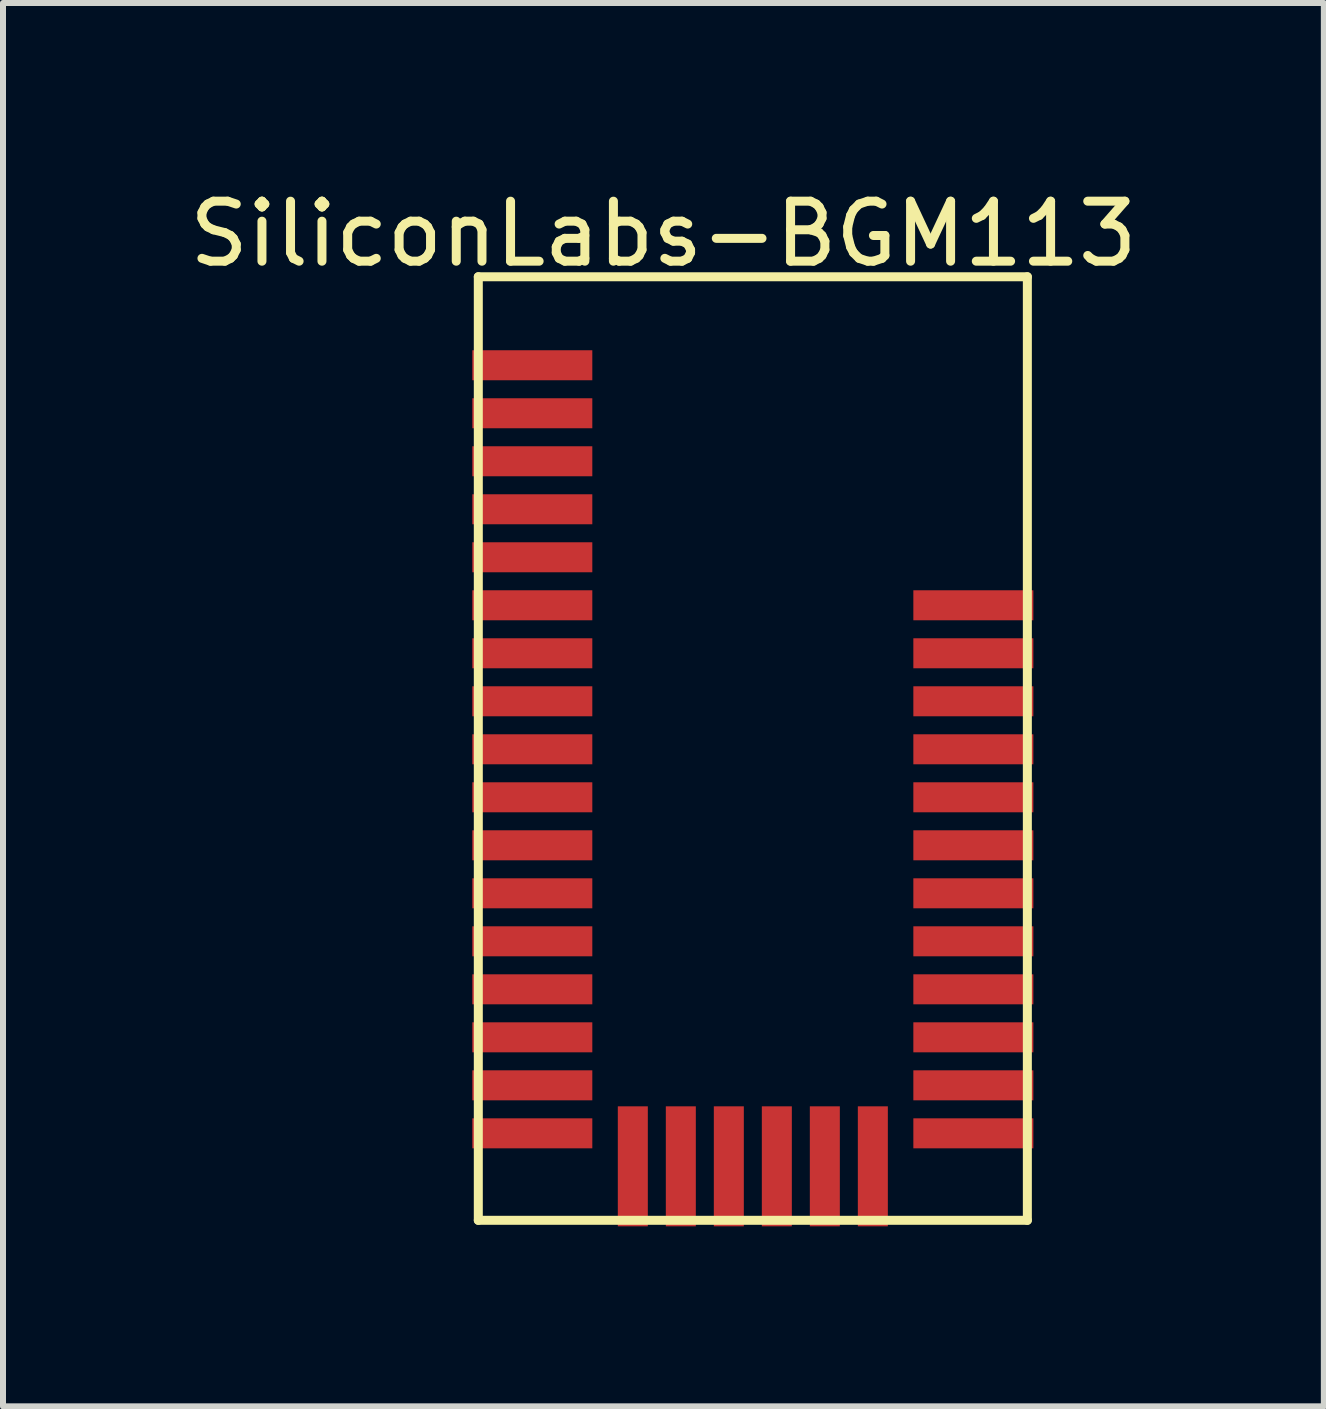
<source format=kicad_pcb>
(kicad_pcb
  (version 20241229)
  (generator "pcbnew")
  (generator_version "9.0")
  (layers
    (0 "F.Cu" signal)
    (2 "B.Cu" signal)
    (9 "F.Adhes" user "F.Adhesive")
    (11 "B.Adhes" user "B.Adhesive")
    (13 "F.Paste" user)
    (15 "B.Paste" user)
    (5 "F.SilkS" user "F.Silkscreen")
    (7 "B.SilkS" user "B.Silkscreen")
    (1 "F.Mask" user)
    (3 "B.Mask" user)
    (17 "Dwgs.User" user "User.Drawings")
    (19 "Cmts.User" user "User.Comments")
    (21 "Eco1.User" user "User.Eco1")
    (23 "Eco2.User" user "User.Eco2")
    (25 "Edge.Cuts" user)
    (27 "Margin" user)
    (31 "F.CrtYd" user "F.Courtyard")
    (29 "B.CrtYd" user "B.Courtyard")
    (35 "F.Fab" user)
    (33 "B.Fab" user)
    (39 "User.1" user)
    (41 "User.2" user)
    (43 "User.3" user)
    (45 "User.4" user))
  (footprint "SiliconLabs-BGM113"
    (layer "F.Cu")
    (at 5.821 3.037)
    (property "Reference" "SiliconLabs-BGM113" (at 2.185 -2.189 0) (layer "F.SilkS") (effects (font (size 1 1) (thickness 0.15))))
    (attr through_hole)
    (fp_line (start -0.9 -1.475) (end -0.9 14.25) (stroke (width 0.15) (type solid)) (layer "F.SilkS"))
    (fp_line (start -0.9 -1.475) (end 8.25 -1.475) (stroke (width 0.15) (type solid)) (layer "F.SilkS"))
    (fp_line (start -0.9 14.25) (end 8.25 14.25) (stroke (width 0.15) (type solid)) (layer "F.SilkS"))
    (fp_line (start 8.25 -1.475) (end 8.25 14.25) (stroke (width 0.15) (type solid)) (layer "F.SilkS"))
    (pad "1" smd rect (at 0 0) (size 2 0.5) (layers "F.Cu" "F.Mask" "F.Paste"))
    (pad "2" smd rect (at 0 0.8) (size 2 0.5) (layers "F.Cu" "F.Mask" "F.Paste"))
    (pad "3" smd rect (at 0 1.6) (size 2 0.5) (layers "F.Cu" "F.Mask" "F.Paste"))
    (pad "4" smd rect (at 0 2.4) (size 2 0.5) (layers "F.Cu" "F.Mask" "F.Paste"))
    (pad "5" smd rect (at 0 3.2) (size 2 0.5) (layers "F.Cu" "F.Mask" "F.Paste"))
    (pad "6" smd rect (at 0 4) (size 2 0.5) (layers "F.Cu" "F.Mask" "F.Paste"))
    (pad "8" smd rect (at 0 4.8) (size 2 0.5) (layers "F.Cu" "F.Mask" "F.Paste"))
    (pad "9" smd rect (at 0 5.6) (size 2 0.5) (layers "F.Cu" "F.Mask" "F.Paste"))
    (pad "10" smd rect (at 0 6.4) (size 2 0.5) (layers "F.Cu" "F.Mask" "F.Paste"))
    (pad "11" smd rect (at 0 7.2) (size 2 0.5) (layers "F.Cu" "F.Mask" "F.Paste"))
    (pad "12" smd rect (at 0 8) (size 2 0.5) (layers "F.Cu" "F.Mask" "F.Paste"))
    (pad "13" smd rect (at 0 8.8) (size 2 0.5) (layers "F.Cu" "F.Mask" "F.Paste"))
    (pad "14" smd rect (at 0 9.6) (size 2 0.5) (layers "F.Cu" "F.Mask" "F.Paste"))
    (pad "15" smd rect (at 0 10.4) (size 2 0.5) (layers "F.Cu" "F.Mask" "F.Paste"))
    (pad "16" smd rect (at 0 11.2) (size 2 0.5) (layers "F.Cu" "F.Mask" "F.Paste"))
    (pad "17" smd rect (at 0 12) (size 2 0.5) (layers "F.Cu" "F.Mask" "F.Paste"))
    (pad "18" smd rect (at 0 12.8) (size 2 0.5) (layers "F.Cu" "F.Mask" "F.Paste"))
    (pad "19" smd rect (at 1.675 13.35 90) (size 2 0.5) (layers "F.Cu" "F.Mask" "F.Paste"))
    (pad "20" smd rect (at 2.475 13.35 90) (size 2 0.5) (layers "F.Cu" "F.Mask" "F.Paste"))
    (pad "21" smd rect (at 3.275 13.35 90) (size 2 0.5) (layers "F.Cu" "F.Mask" "F.Paste"))
    (pad "22" smd rect (at 4.075 13.35 90) (size 2 0.5) (layers "F.Cu" "F.Mask" "F.Paste"))
    (pad "23" smd rect (at 4.875 13.35 90) (size 2 0.5) (layers "F.Cu" "F.Mask" "F.Paste"))
    (pad "24" smd rect (at 5.675 13.35 90) (size 2 0.5) (layers "F.Cu" "F.Mask" "F.Paste"))
    (pad "25" smd rect (at 7.35 12.8) (size 2 0.5) (layers "F.Cu" "F.Mask" "F.Paste"))
    (pad "26" smd rect (at 7.35 12) (size 2 0.5) (layers "F.Cu" "F.Mask" "F.Paste"))
    (pad "27" smd rect (at 7.35 11.2) (size 2 0.5) (layers "F.Cu" "F.Mask" "F.Paste"))
    (pad "28" smd rect (at 7.35 10.4) (size 2 0.5) (layers "F.Cu" "F.Mask" "F.Paste"))
    (pad "29" smd rect (at 7.35 9.6) (size 2 0.5) (layers "F.Cu" "F.Mask" "F.Paste"))
    (pad "30" smd rect (at 7.35 8.8) (size 2 0.5) (layers "F.Cu" "F.Mask" "F.Paste"))
    (pad "31" smd rect (at 7.35 8) (size 2 0.5) (layers "F.Cu" "F.Mask" "F.Paste"))
    (pad "32" smd rect (at 7.35 7.2) (size 2 0.5) (layers "F.Cu" "F.Mask" "F.Paste"))
    (pad "33" smd rect (at 7.35 6.4) (size 2 0.5) (layers "F.Cu" "F.Mask" "F.Paste"))
    (pad "34" smd rect (at 7.35 5.6) (size 2 0.5) (layers "F.Cu" "F.Mask" "F.Paste"))
    (pad "35" smd rect (at 7.35 4.8) (size 2 0.5) (layers "F.Cu" "F.Mask" "F.Paste"))
    (pad "36" smd rect (at 7.35 4) (size 2 0.5) (layers "F.Cu" "F.Mask" "F.Paste")))
  (gr_rect
    (start -3 -3)
    (end 19.012 20.387)
    (stroke (width 0.1) (type default))
    (fill no)
    (layer "Edge.Cuts")))
</source>
